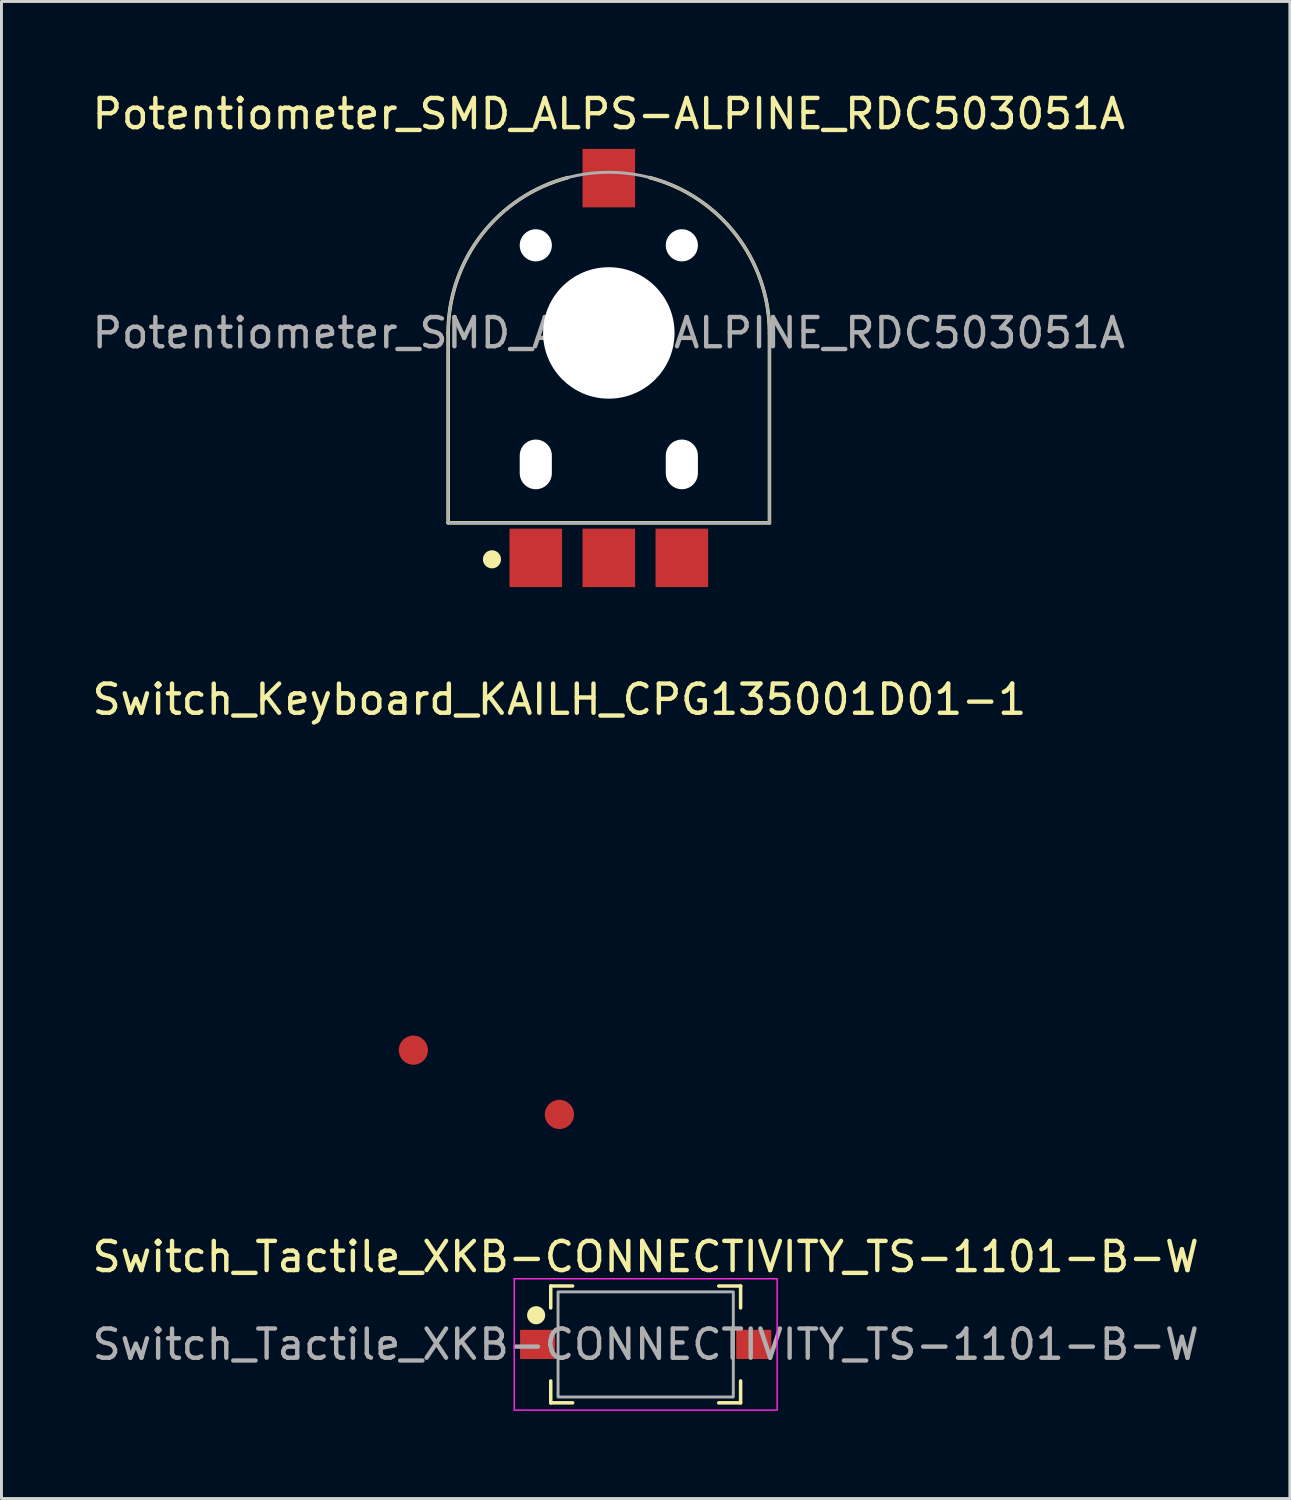
<source format=kicad_pcb>
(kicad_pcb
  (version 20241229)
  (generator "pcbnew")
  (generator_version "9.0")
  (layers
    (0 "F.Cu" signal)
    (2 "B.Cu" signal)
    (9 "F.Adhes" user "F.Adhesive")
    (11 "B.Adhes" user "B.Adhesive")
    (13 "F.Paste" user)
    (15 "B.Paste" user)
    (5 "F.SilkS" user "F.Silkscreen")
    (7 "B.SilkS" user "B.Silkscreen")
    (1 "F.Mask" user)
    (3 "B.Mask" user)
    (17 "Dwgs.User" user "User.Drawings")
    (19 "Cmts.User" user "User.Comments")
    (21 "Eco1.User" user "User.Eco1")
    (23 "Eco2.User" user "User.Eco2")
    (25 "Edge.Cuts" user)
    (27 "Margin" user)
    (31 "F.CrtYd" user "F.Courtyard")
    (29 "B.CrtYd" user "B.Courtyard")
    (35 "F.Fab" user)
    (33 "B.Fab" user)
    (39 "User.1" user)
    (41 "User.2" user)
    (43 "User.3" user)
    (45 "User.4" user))
  (footprint "Switch_Tactile_XKB-CONNECTIVITY_TS-1101-B-W"
    (layer "F.Cu")
    (at 19.054 42.975)
    (property "Reference" "Switch_Tactile_XKB-CONNECTIVITY_TS-1101-B-W" (at 0 -3 0) (unlocked yes) (layer "F.SilkS") (effects (font (size 1 1) (thickness 0.15))))
    (attr smd)
    (fp_line (start -3.25 -2) (end -3.25 -1.25) (stroke (width 0.12) (type default)) (layer "F.SilkS"))
    (fp_line (start -3.25 -2) (end -2.5 -2) (stroke (width 0.12) (type default)) (layer "F.SilkS"))
    (fp_line (start -3.25 2) (end -3.25 1.25) (stroke (width 0.12) (type default)) (layer "F.SilkS"))
    (fp_line (start -3.25 2) (end -2.5 2) (stroke (width 0.12) (type default)) (layer "F.SilkS"))
    (fp_line (start 3.25 -2) (end 2.5 -2) (stroke (width 0.12) (type default)) (layer "F.SilkS"))
    (fp_line (start 3.25 -2) (end 3.25 -1.25) (stroke (width 0.12) (type default)) (layer "F.SilkS"))
    (fp_line (start 3.25 2) (end 2.5 2) (stroke (width 0.12) (type default)) (layer "F.SilkS"))
    (fp_line (start 3.25 2) (end 3.25 1.25) (stroke (width 0.12) (type default)) (layer "F.SilkS"))
    (fp_circle (center -3.75 -1) (end -3.5 -1) (stroke (width 0.12) (type solid)) (fill yes) (layer "F.SilkS"))
    (fp_rect (start -4.5 -2.25) (end 4.5 2.25) (stroke (width 0.05) (type default)) (fill no) (layer "F.CrtYd"))
    (fp_rect (start -3 -1.8) (end 3 1.8) (stroke (width 0.1) (type default)) (fill no) (layer "F.Fab"))
    (fp_text user "${REFERENCE}" (at 0 0 0) (unlocked yes) (layer "F.Fab") (effects (font (size 1 1) (thickness 0.15))))
    (pad "1" smd rect (at -3.7 0) (size 1.2 1) (layers "F.Cu" "F.Mask" "F.Paste"))
    (pad "2" smd rect (at 3.7 0) (size 1.2 1) (layers "F.Cu" "F.Mask" "F.Paste")))
  (footprint "Potentiometer_SMD_ALPS-ALPINE_RDC503051A"
    (layer "F.Cu")
    (at 17.792 8.348)
    (property "Reference" "Potentiometer_SMD_ALPS-ALPINE_RDC503051A" (at 0 -7.5 0) (unlocked yes) (layer "F.SilkS") (effects (font (size 1 1) (thickness 0.15))))
    (attr smd)
    (fp_line (start -5.5 0) (end -5.5 6.5) (stroke (width 0.12) (type default)) (layer "F.SilkS"))
    (fp_line (start -5.5 6.5) (end 5.5 6.5) (stroke (width 0.12) (type default)) (layer "F.SilkS"))
    (fp_line (start 5.5 0) (end 5.5 6.5) (stroke (width 0.12) (type default)) (layer "F.SilkS"))
    (fp_arc (start -5.5 0) (mid -4.35594 -3.357944) (end -1.399713 -5.31891) (stroke (width 0.12) (type default)) (layer "F.SilkS"))
    (fp_arc (start 1.399713 -5.31891) (mid 4.35594 -3.357944) (end 5.5 0) (stroke (width 0.12) (type default)) (layer "F.SilkS"))
    (fp_circle (center -4 7.75) (end -3.75 7.75) (stroke (width 0.12) (type solid)) (fill yes) (layer "F.SilkS"))
    (fp_line (start -5.5 0) (end -5.5 6.5) (stroke (width 0.1) (type default)) (layer "F.Fab"))
    (fp_line (start -5.5 6.5) (end 5.5 6.5) (stroke (width 0.1) (type default)) (layer "F.Fab"))
    (fp_line (start 5.5 6.5) (end 5.5 0) (stroke (width 0.1) (type default)) (layer "F.Fab"))
    (fp_arc (start -5.5 0) (mid 0 -5.5) (end 5.5 0) (stroke (width 0.1) (type default)) (layer "F.Fab"))
    (fp_text user "${REFERENCE}" (at 0 0 0) (layer "F.Fab") (effects (font (size 1 1) (thickness 0.15))))
    (pad "" np_thru_hole circle (at -2.5 -3) (size 1.1 1.1) (drill 1.1) (layers "*.Cu" "*.Mask"))
    (pad "" np_thru_hole oval (at -2.5 4.5) (size 1.1 1.7) (drill oval 1.1 1.7) (layers "*.Cu" "*.Mask"))
    (pad "" np_thru_hole circle (at 0 0) (size 4.5 4.5) (drill 4.5) (layers "*.Cu" "*.Mask"))
    (pad "" np_thru_hole circle (at 2.5 -3) (size 1.1 1.1) (drill 1.1) (layers "*.Cu" "*.Mask"))
    (pad "" np_thru_hole oval (at 2.5 4.5) (size 1.1 1.7) (drill oval 1.1 1.7) (layers "*.Cu" "*.Mask"))
    (pad "1" smd rect (at -2.5 7.7) (size 1.8 2) (layers "F.Cu" "F.Mask" "F.Paste"))
    (pad "2" smd rect (at 0 -5.3) (size 1.8 2) (layers "F.Cu" "F.Mask" "F.Paste"))
    (pad "2" smd rect (at 0 7.7) (size 1.8 2) (layers "F.Cu" "F.Mask" "F.Paste"))
    (pad "3" smd rect (at 2.5 7.7) (size 1.8 2) (layers "F.Cu" "F.Mask" "F.Paste")))
  (footprint "Switch_Keyboard_KAILH_CPG135001D01-1"
    (layer "F.Cu")
    (at 16.101 29.151)
    (property "Reference" "Switch_Keyboard_KAILH_CPG135001D01-1" (at 0 -8.255 0) (layer "F.SilkS") (effects (font (size 1 1) (thickness 0.15))))
    (attr through_hole exclude_from_pos_files)
    (fp_line (start -6.9 6.9) (end -6.9 -6.9) (stroke (width 0.15) (type solid)) (layer "User.1"))
    (fp_line (start -6.9 6.9) (end 6.9 6.9) (stroke (width 0.15) (type solid)) (layer "User.1"))
    (fp_line (start 6.9 -6.9) (end -6.9 -6.9) (stroke (width 0.15) (type solid)) (layer "User.1"))
    (fp_line (start 6.9 -6.9) (end 6.9 6.9) (stroke (width 0.15) (type solid)) (layer "User.1"))
    (fp_circle (center -5.5 0) (end -5 -0.75) (stroke (width 0.12) (type default)) (fill no) (layer "User.1"))
    (fp_circle (center 0 0) (end 1.75 0) (stroke (width 0.12) (type default)) (fill no) (layer "User.1"))
    (fp_circle (center 5.5 0) (end 6 -0.75) (stroke (width 0.12) (type default)) (fill no) (layer "User.1"))
    (pad "1" smd circle (at 0 5.95) (size 1 1) (layers "F.Cu" "F.Mask" "F.Paste"))
    (pad "2" smd circle (at -5 3.75) (size 1 1) (layers "F.Cu" "F.Mask" "F.Paste")))
  (gr_rect
    (start -3 -3)
    (end 41.107 48.25)
    (stroke (width 0.1) (type default))
    (fill no)
    (layer "Edge.Cuts")))
</source>
